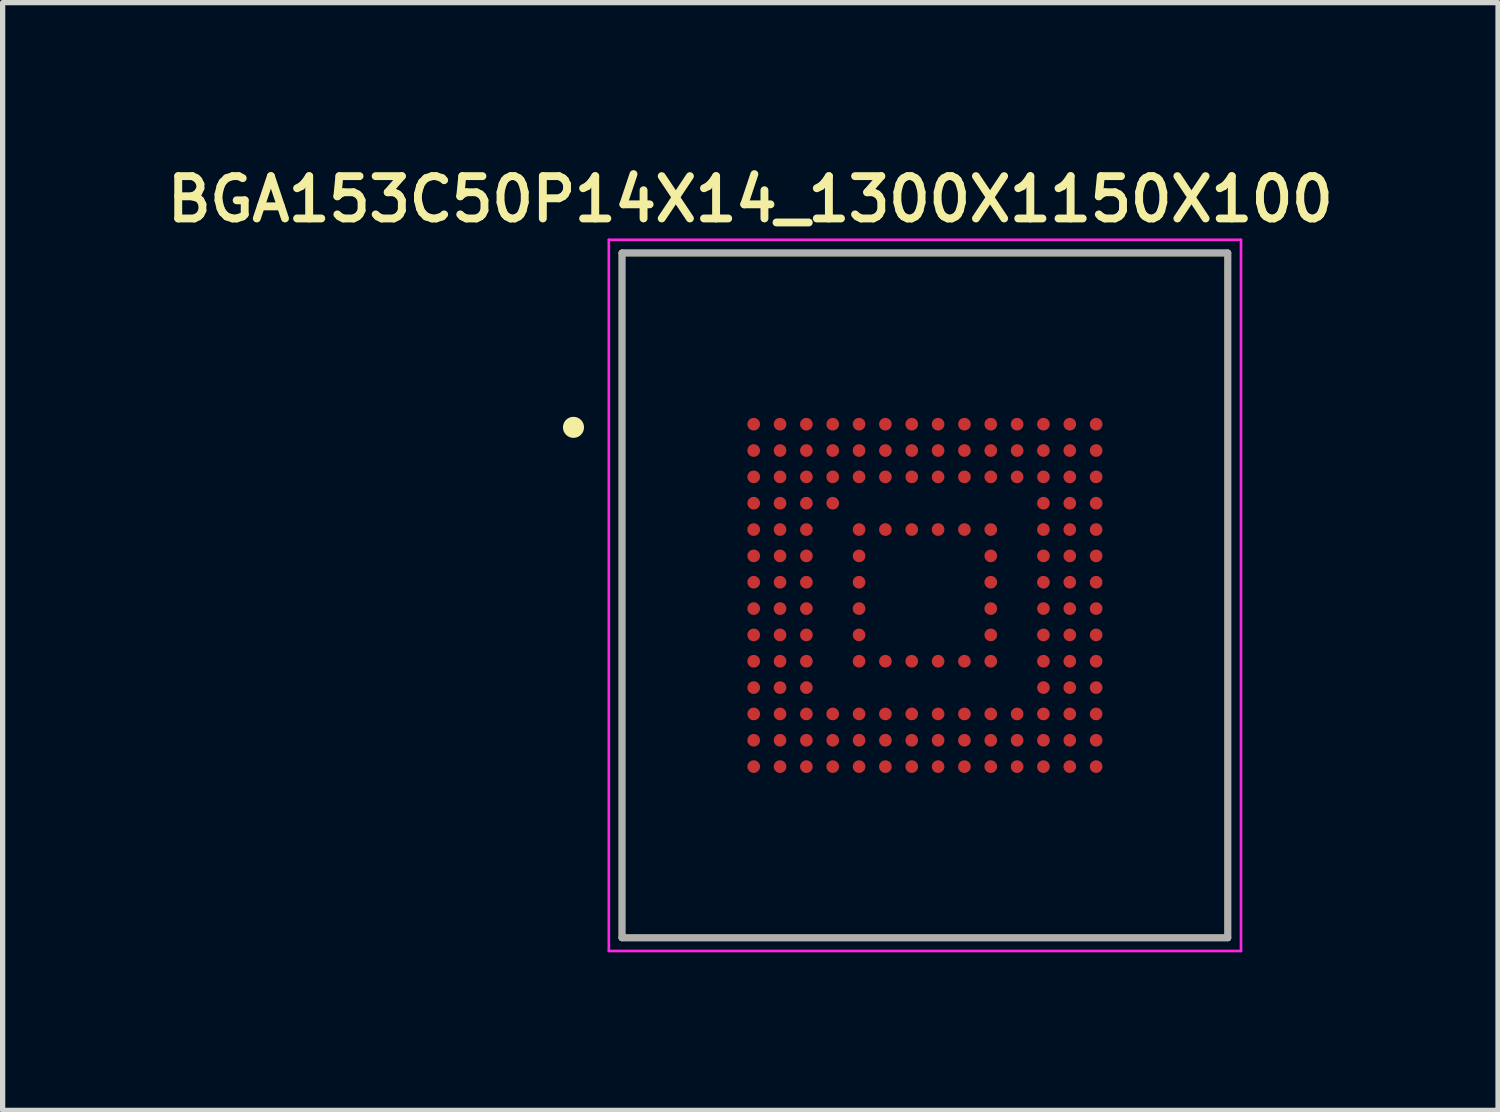
<source format=kicad_pcb>
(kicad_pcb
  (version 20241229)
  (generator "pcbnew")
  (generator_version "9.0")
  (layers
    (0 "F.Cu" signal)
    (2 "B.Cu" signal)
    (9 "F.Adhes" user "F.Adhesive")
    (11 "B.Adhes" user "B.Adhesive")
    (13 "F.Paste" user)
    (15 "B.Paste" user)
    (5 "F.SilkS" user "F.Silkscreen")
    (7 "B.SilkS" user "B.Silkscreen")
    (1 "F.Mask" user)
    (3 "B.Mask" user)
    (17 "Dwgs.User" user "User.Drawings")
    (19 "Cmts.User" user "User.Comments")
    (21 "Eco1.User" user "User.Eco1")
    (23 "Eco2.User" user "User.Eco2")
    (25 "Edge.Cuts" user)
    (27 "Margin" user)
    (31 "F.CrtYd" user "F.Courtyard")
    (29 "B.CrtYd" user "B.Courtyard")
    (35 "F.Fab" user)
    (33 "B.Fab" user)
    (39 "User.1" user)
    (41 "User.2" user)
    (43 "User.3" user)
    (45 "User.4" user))
  (footprint "BGA153C50P14X14_1300X1150X100"
    (layer "F.Cu")
    (at 14.507 8.252)
    (property "Reference" "BGA153C50P14X14_1300X1150X100" (at -3.314 -7.519 0) (layer "F.SilkS") (effects (font (size 0.803 0.803) (thickness 0.15))))
    (attr smd)
    (fp_line (start -5.75 -6.5) (end -5.75 6.5) (stroke (width 0.127) (type solid)) (layer "F.SilkS"))
    (fp_line (start -5.75 6.5) (end 5.75 6.5) (stroke (width 0.127) (type solid)) (layer "F.SilkS"))
    (fp_line (start 5.75 -6.5) (end -5.75 -6.5) (stroke (width 0.127) (type solid)) (layer "F.SilkS"))
    (fp_line (start 5.75 6.5) (end 5.75 -6.5) (stroke (width 0.127) (type solid)) (layer "F.SilkS"))
    (fp_circle (center -6.671 -3.19) (end -6.571 -3.19) (stroke (width 0.2) (type solid)) (fill no) (layer "F.SilkS"))
    (fp_line (start -6 -6.75) (end -6 6.75) (stroke (width 0.05) (type solid)) (layer "F.CrtYd"))
    (fp_line (start -6 6.75) (end 6 6.75) (stroke (width 0.05) (type solid)) (layer "F.CrtYd"))
    (fp_line (start 6 -6.75) (end -6 -6.75) (stroke (width 0.05) (type solid)) (layer "F.CrtYd"))
    (fp_line (start 6 6.75) (end 6 -6.75) (stroke (width 0.05) (type solid)) (layer "F.CrtYd"))
    (fp_line (start -5.75 -6.5) (end -5.75 6.5) (stroke (width 0.127) (type solid)) (layer "F.Fab"))
    (fp_line (start -5.75 6.5) (end 5.75 6.5) (stroke (width 0.127) (type solid)) (layer "F.Fab"))
    (fp_line (start 5.75 -6.5) (end -5.75 -6.5) (stroke (width 0.127) (type solid)) (layer "F.Fab"))
    (fp_line (start 5.75 6.5) (end 5.75 -6.5) (stroke (width 0.127) (type solid)) (layer "F.Fab"))
    (pad "A1" smd circle (at -3.25 -3.25) (size 0.24 0.24) (layers "F.Cu" "F.Mask" "F.Paste"))
    (pad "A2" smd circle (at -2.75 -3.25) (size 0.24 0.24) (layers "F.Cu" "F.Mask" "F.Paste"))
    (pad "A3" smd circle (at -2.25 -3.25) (size 0.24 0.24) (layers "F.Cu" "F.Mask" "F.Paste"))
    (pad "A4" smd circle (at -1.75 -3.25) (size 0.24 0.24) (layers "F.Cu" "F.Mask" "F.Paste"))
    (pad "A5" smd circle (at -1.25 -3.25) (size 0.24 0.24) (layers "F.Cu" "F.Mask" "F.Paste"))
    (pad "A6" smd circle (at -0.75 -3.25) (size 0.24 0.24) (layers "F.Cu" "F.Mask" "F.Paste"))
    (pad "A7" smd circle (at -0.25 -3.25) (size 0.24 0.24) (layers "F.Cu" "F.Mask" "F.Paste"))
    (pad "A8" smd circle (at 0.25 -3.25) (size 0.24 0.24) (layers "F.Cu" "F.Mask" "F.Paste"))
    (pad "A9" smd circle (at 0.75 -3.25) (size 0.24 0.24) (layers "F.Cu" "F.Mask" "F.Paste"))
    (pad "A10" smd circle (at 1.25 -3.25) (size 0.24 0.24) (layers "F.Cu" "F.Mask" "F.Paste"))
    (pad "A11" smd circle (at 1.75 -3.25) (size 0.24 0.24) (layers "F.Cu" "F.Mask" "F.Paste"))
    (pad "A12" smd circle (at 2.25 -3.25) (size 0.24 0.24) (layers "F.Cu" "F.Mask" "F.Paste"))
    (pad "A13" smd circle (at 2.75 -3.25) (size 0.24 0.24) (layers "F.Cu" "F.Mask" "F.Paste"))
    (pad "A14" smd circle (at 3.25 -3.25) (size 0.24 0.24) (layers "F.Cu" "F.Mask" "F.Paste"))
    (pad "B1" smd circle (at -3.25 -2.75) (size 0.24 0.24) (layers "F.Cu" "F.Mask" "F.Paste"))
    (pad "B2" smd circle (at -2.75 -2.75) (size 0.24 0.24) (layers "F.Cu" "F.Mask" "F.Paste"))
    (pad "B3" smd circle (at -2.25 -2.75) (size 0.24 0.24) (layers "F.Cu" "F.Mask" "F.Paste"))
    (pad "B4" smd circle (at -1.75 -2.75) (size 0.24 0.24) (layers "F.Cu" "F.Mask" "F.Paste"))
    (pad "B5" smd circle (at -1.25 -2.75) (size 0.24 0.24) (layers "F.Cu" "F.Mask" "F.Paste"))
    (pad "B6" smd circle (at -0.75 -2.75) (size 0.24 0.24) (layers "F.Cu" "F.Mask" "F.Paste"))
    (pad "B7" smd circle (at -0.25 -2.75) (size 0.24 0.24) (layers "F.Cu" "F.Mask" "F.Paste"))
    (pad "B8" smd circle (at 0.25 -2.75) (size 0.24 0.24) (layers "F.Cu" "F.Mask" "F.Paste"))
    (pad "B9" smd circle (at 0.75 -2.75) (size 0.24 0.24) (layers "F.Cu" "F.Mask" "F.Paste"))
    (pad "B10" smd circle (at 1.25 -2.75) (size 0.24 0.24) (layers "F.Cu" "F.Mask" "F.Paste"))
    (pad "B11" smd circle (at 1.75 -2.75) (size 0.24 0.24) (layers "F.Cu" "F.Mask" "F.Paste"))
    (pad "B12" smd circle (at 2.25 -2.75) (size 0.24 0.24) (layers "F.Cu" "F.Mask" "F.Paste"))
    (pad "B13" smd circle (at 2.75 -2.75) (size 0.24 0.24) (layers "F.Cu" "F.Mask" "F.Paste"))
    (pad "B14" smd circle (at 3.25 -2.75) (size 0.24 0.24) (layers "F.Cu" "F.Mask" "F.Paste"))
    (pad "C1" smd circle (at -3.25 -2.25) (size 0.24 0.24) (layers "F.Cu" "F.Mask" "F.Paste"))
    (pad "C2" smd circle (at -2.75 -2.25) (size 0.24 0.24) (layers "F.Cu" "F.Mask" "F.Paste"))
    (pad "C3" smd circle (at -2.25 -2.25) (size 0.24 0.24) (layers "F.Cu" "F.Mask" "F.Paste"))
    (pad "C4" smd circle (at -1.75 -2.25) (size 0.24 0.24) (layers "F.Cu" "F.Mask" "F.Paste"))
    (pad "C5" smd circle (at -1.25 -2.25) (size 0.24 0.24) (layers "F.Cu" "F.Mask" "F.Paste"))
    (pad "C6" smd circle (at -0.75 -2.25) (size 0.24 0.24) (layers "F.Cu" "F.Mask" "F.Paste"))
    (pad "C7" smd circle (at -0.25 -2.25) (size 0.24 0.24) (layers "F.Cu" "F.Mask" "F.Paste"))
    (pad "C8" smd circle (at 0.25 -2.25) (size 0.24 0.24) (layers "F.Cu" "F.Mask" "F.Paste"))
    (pad "C9" smd circle (at 0.75 -2.25) (size 0.24 0.24) (layers "F.Cu" "F.Mask" "F.Paste"))
    (pad "C10" smd circle (at 1.25 -2.25) (size 0.24 0.24) (layers "F.Cu" "F.Mask" "F.Paste"))
    (pad "C11" smd circle (at 1.75 -2.25) (size 0.24 0.24) (layers "F.Cu" "F.Mask" "F.Paste"))
    (pad "C12" smd circle (at 2.25 -2.25) (size 0.24 0.24) (layers "F.Cu" "F.Mask" "F.Paste"))
    (pad "C13" smd circle (at 2.75 -2.25) (size 0.24 0.24) (layers "F.Cu" "F.Mask" "F.Paste"))
    (pad "C14" smd circle (at 3.25 -2.25) (size 0.24 0.24) (layers "F.Cu" "F.Mask" "F.Paste"))
    (pad "D1" smd circle (at -3.25 -1.75) (size 0.24 0.24) (layers "F.Cu" "F.Mask" "F.Paste"))
    (pad "D2" smd circle (at -2.75 -1.75) (size 0.24 0.24) (layers "F.Cu" "F.Mask" "F.Paste"))
    (pad "D3" smd circle (at -2.25 -1.75) (size 0.24 0.24) (layers "F.Cu" "F.Mask" "F.Paste"))
    (pad "D4" smd circle (at -1.75 -1.75) (size 0.24 0.24) (layers "F.Cu" "F.Mask" "F.Paste"))
    (pad "D12" smd circle (at 2.25 -1.75) (size 0.24 0.24) (layers "F.Cu" "F.Mask" "F.Paste"))
    (pad "D13" smd circle (at 2.75 -1.75) (size 0.24 0.24) (layers "F.Cu" "F.Mask" "F.Paste"))
    (pad "D14" smd circle (at 3.25 -1.75) (size 0.24 0.24) (layers "F.Cu" "F.Mask" "F.Paste"))
    (pad "E1" smd circle (at -3.25 -1.25) (size 0.24 0.24) (layers "F.Cu" "F.Mask" "F.Paste"))
    (pad "E2" smd circle (at -2.75 -1.25) (size 0.24 0.24) (layers "F.Cu" "F.Mask" "F.Paste"))
    (pad "E3" smd circle (at -2.25 -1.25) (size 0.24 0.24) (layers "F.Cu" "F.Mask" "F.Paste"))
    (pad "E5" smd circle (at -1.25 -1.25) (size 0.24 0.24) (layers "F.Cu" "F.Mask" "F.Paste"))
    (pad "E6" smd circle (at -0.75 -1.25) (size 0.24 0.24) (layers "F.Cu" "F.Mask" "F.Paste"))
    (pad "E7" smd circle (at -0.25 -1.25) (size 0.24 0.24) (layers "F.Cu" "F.Mask" "F.Paste"))
    (pad "E8" smd circle (at 0.25 -1.25) (size 0.24 0.24) (layers "F.Cu" "F.Mask" "F.Paste"))
    (pad "E9" smd circle (at 0.75 -1.25) (size 0.24 0.24) (layers "F.Cu" "F.Mask" "F.Paste"))
    (pad "E10" smd circle (at 1.25 -1.25) (size 0.24 0.24) (layers "F.Cu" "F.Mask" "F.Paste"))
    (pad "E12" smd circle (at 2.25 -1.25) (size 0.24 0.24) (layers "F.Cu" "F.Mask" "F.Paste"))
    (pad "E13" smd circle (at 2.75 -1.25) (size 0.24 0.24) (layers "F.Cu" "F.Mask" "F.Paste"))
    (pad "E14" smd circle (at 3.25 -1.25) (size 0.24 0.24) (layers "F.Cu" "F.Mask" "F.Paste"))
    (pad "F1" smd circle (at -3.25 -0.75) (size 0.24 0.24) (layers "F.Cu" "F.Mask" "F.Paste"))
    (pad "F2" smd circle (at -2.75 -0.75) (size 0.24 0.24) (layers "F.Cu" "F.Mask" "F.Paste"))
    (pad "F3" smd circle (at -2.25 -0.75) (size 0.24 0.24) (layers "F.Cu" "F.Mask" "F.Paste"))
    (pad "F5" smd circle (at -1.25 -0.75) (size 0.24 0.24) (layers "F.Cu" "F.Mask" "F.Paste"))
    (pad "F10" smd circle (at 1.25 -0.75) (size 0.24 0.24) (layers "F.Cu" "F.Mask" "F.Paste"))
    (pad "F12" smd circle (at 2.25 -0.75) (size 0.24 0.24) (layers "F.Cu" "F.Mask" "F.Paste"))
    (pad "F13" smd circle (at 2.75 -0.75) (size 0.24 0.24) (layers "F.Cu" "F.Mask" "F.Paste"))
    (pad "F14" smd circle (at 3.25 -0.75) (size 0.24 0.24) (layers "F.Cu" "F.Mask" "F.Paste"))
    (pad "G1" smd circle (at -3.25 -0.25) (size 0.24 0.24) (layers "F.Cu" "F.Mask" "F.Paste"))
    (pad "G2" smd circle (at -2.75 -0.25) (size 0.24 0.24) (layers "F.Cu" "F.Mask" "F.Paste"))
    (pad "G3" smd circle (at -2.25 -0.25) (size 0.24 0.24) (layers "F.Cu" "F.Mask" "F.Paste"))
    (pad "G5" smd circle (at -1.25 -0.25) (size 0.24 0.24) (layers "F.Cu" "F.Mask" "F.Paste"))
    (pad "G10" smd circle (at 1.25 -0.25) (size 0.24 0.24) (layers "F.Cu" "F.Mask" "F.Paste"))
    (pad "G12" smd circle (at 2.25 -0.25) (size 0.24 0.24) (layers "F.Cu" "F.Mask" "F.Paste"))
    (pad "G13" smd circle (at 2.75 -0.25) (size 0.24 0.24) (layers "F.Cu" "F.Mask" "F.Paste"))
    (pad "G14" smd circle (at 3.25 -0.25) (size 0.24 0.24) (layers "F.Cu" "F.Mask" "F.Paste"))
    (pad "H1" smd circle (at -3.25 0.25) (size 0.24 0.24) (layers "F.Cu" "F.Mask" "F.Paste"))
    (pad "H2" smd circle (at -2.75 0.25) (size 0.24 0.24) (layers "F.Cu" "F.Mask" "F.Paste"))
    (pad "H3" smd circle (at -2.25 0.25) (size 0.24 0.24) (layers "F.Cu" "F.Mask" "F.Paste"))
    (pad "H5" smd circle (at -1.25 0.25) (size 0.24 0.24) (layers "F.Cu" "F.Mask" "F.Paste"))
    (pad "H10" smd circle (at 1.25 0.25) (size 0.24 0.24) (layers "F.Cu" "F.Mask" "F.Paste"))
    (pad "H12" smd circle (at 2.25 0.25) (size 0.24 0.24) (layers "F.Cu" "F.Mask" "F.Paste"))
    (pad "H13" smd circle (at 2.75 0.25) (size 0.24 0.24) (layers "F.Cu" "F.Mask" "F.Paste"))
    (pad "H14" smd circle (at 3.25 0.25) (size 0.24 0.24) (layers "F.Cu" "F.Mask" "F.Paste"))
    (pad "J1" smd circle (at -3.25 0.75) (size 0.24 0.24) (layers "F.Cu" "F.Mask" "F.Paste"))
    (pad "J2" smd circle (at -2.75 0.75) (size 0.24 0.24) (layers "F.Cu" "F.Mask" "F.Paste"))
    (pad "J3" smd circle (at -2.25 0.75) (size 0.24 0.24) (layers "F.Cu" "F.Mask" "F.Paste"))
    (pad "J5" smd circle (at -1.25 0.75) (size 0.24 0.24) (layers "F.Cu" "F.Mask" "F.Paste"))
    (pad "J10" smd circle (at 1.25 0.75) (size 0.24 0.24) (layers "F.Cu" "F.Mask" "F.Paste"))
    (pad "J12" smd circle (at 2.25 0.75) (size 0.24 0.24) (layers "F.Cu" "F.Mask" "F.Paste"))
    (pad "J13" smd circle (at 2.75 0.75) (size 0.24 0.24) (layers "F.Cu" "F.Mask" "F.Paste"))
    (pad "J14" smd circle (at 3.25 0.75) (size 0.24 0.24) (layers "F.Cu" "F.Mask" "F.Paste"))
    (pad "K1" smd circle (at -3.25 1.25) (size 0.24 0.24) (layers "F.Cu" "F.Mask" "F.Paste"))
    (pad "K2" smd circle (at -2.75 1.25) (size 0.24 0.24) (layers "F.Cu" "F.Mask" "F.Paste"))
    (pad "K3" smd circle (at -2.25 1.25) (size 0.24 0.24) (layers "F.Cu" "F.Mask" "F.Paste"))
    (pad "K5" smd circle (at -1.25 1.25) (size 0.24 0.24) (layers "F.Cu" "F.Mask" "F.Paste"))
    (pad "K6" smd circle (at -0.75 1.25) (size 0.24 0.24) (layers "F.Cu" "F.Mask" "F.Paste"))
    (pad "K7" smd circle (at -0.25 1.25) (size 0.24 0.24) (layers "F.Cu" "F.Mask" "F.Paste"))
    (pad "K8" smd circle (at 0.25 1.25) (size 0.24 0.24) (layers "F.Cu" "F.Mask" "F.Paste"))
    (pad "K9" smd circle (at 0.75 1.25) (size 0.24 0.24) (layers "F.Cu" "F.Mask" "F.Paste"))
    (pad "K10" smd circle (at 1.25 1.25) (size 0.24 0.24) (layers "F.Cu" "F.Mask" "F.Paste"))
    (pad "K12" smd circle (at 2.25 1.25) (size 0.24 0.24) (layers "F.Cu" "F.Mask" "F.Paste"))
    (pad "K13" smd circle (at 2.75 1.25) (size 0.24 0.24) (layers "F.Cu" "F.Mask" "F.Paste"))
    (pad "K14" smd circle (at 3.25 1.25) (size 0.24 0.24) (layers "F.Cu" "F.Mask" "F.Paste"))
    (pad "L1" smd circle (at -3.25 1.75) (size 0.24 0.24) (layers "F.Cu" "F.Mask" "F.Paste"))
    (pad "L2" smd circle (at -2.75 1.75) (size 0.24 0.24) (layers "F.Cu" "F.Mask" "F.Paste"))
    (pad "L3" smd circle (at -2.25 1.75) (size 0.24 0.24) (layers "F.Cu" "F.Mask" "F.Paste"))
    (pad "L12" smd circle (at 2.25 1.75) (size 0.24 0.24) (layers "F.Cu" "F.Mask" "F.Paste"))
    (pad "L13" smd circle (at 2.75 1.75) (size 0.24 0.24) (layers "F.Cu" "F.Mask" "F.Paste"))
    (pad "L14" smd circle (at 3.25 1.75) (size 0.24 0.24) (layers "F.Cu" "F.Mask" "F.Paste"))
    (pad "M1" smd circle (at -3.25 2.25) (size 0.24 0.24) (layers "F.Cu" "F.Mask" "F.Paste"))
    (pad "M2" smd circle (at -2.75 2.25) (size 0.24 0.24) (layers "F.Cu" "F.Mask" "F.Paste"))
    (pad "M3" smd circle (at -2.25 2.25) (size 0.24 0.24) (layers "F.Cu" "F.Mask" "F.Paste"))
    (pad "M4" smd circle (at -1.75 2.25) (size 0.24 0.24) (layers "F.Cu" "F.Mask" "F.Paste"))
    (pad "M5" smd circle (at -1.25 2.25) (size 0.24 0.24) (layers "F.Cu" "F.Mask" "F.Paste"))
    (pad "M6" smd circle (at -0.75 2.25) (size 0.24 0.24) (layers "F.Cu" "F.Mask" "F.Paste"))
    (pad "M7" smd circle (at -0.25 2.25) (size 0.24 0.24) (layers "F.Cu" "F.Mask" "F.Paste"))
    (pad "M8" smd circle (at 0.25 2.25) (size 0.24 0.24) (layers "F.Cu" "F.Mask" "F.Paste"))
    (pad "M9" smd circle (at 0.75 2.25) (size 0.24 0.24) (layers "F.Cu" "F.Mask" "F.Paste"))
    (pad "M10" smd circle (at 1.25 2.25) (size 0.24 0.24) (layers "F.Cu" "F.Mask" "F.Paste"))
    (pad "M11" smd circle (at 1.75 2.25) (size 0.24 0.24) (layers "F.Cu" "F.Mask" "F.Paste"))
    (pad "M12" smd circle (at 2.25 2.25) (size 0.24 0.24) (layers "F.Cu" "F.Mask" "F.Paste"))
    (pad "M13" smd circle (at 2.75 2.25) (size 0.24 0.24) (layers "F.Cu" "F.Mask" "F.Paste"))
    (pad "M14" smd circle (at 3.25 2.25) (size 0.24 0.24) (layers "F.Cu" "F.Mask" "F.Paste"))
    (pad "N1" smd circle (at -3.25 2.75) (size 0.24 0.24) (layers "F.Cu" "F.Mask" "F.Paste"))
    (pad "N2" smd circle (at -2.75 2.75) (size 0.24 0.24) (layers "F.Cu" "F.Mask" "F.Paste"))
    (pad "N3" smd circle (at -2.25 2.75) (size 0.24 0.24) (layers "F.Cu" "F.Mask" "F.Paste"))
    (pad "N4" smd circle (at -1.75 2.75) (size 0.24 0.24) (layers "F.Cu" "F.Mask" "F.Paste"))
    (pad "N5" smd circle (at -1.25 2.75) (size 0.24 0.24) (layers "F.Cu" "F.Mask" "F.Paste"))
    (pad "N6" smd circle (at -0.75 2.75) (size 0.24 0.24) (layers "F.Cu" "F.Mask" "F.Paste"))
    (pad "N7" smd circle (at -0.25 2.75) (size 0.24 0.24) (layers "F.Cu" "F.Mask" "F.Paste"))
    (pad "N8" smd circle (at 0.25 2.75) (size 0.24 0.24) (layers "F.Cu" "F.Mask" "F.Paste"))
    (pad "N9" smd circle (at 0.75 2.75) (size 0.24 0.24) (layers "F.Cu" "F.Mask" "F.Paste"))
    (pad "N10" smd circle (at 1.25 2.75) (size 0.24 0.24) (layers "F.Cu" "F.Mask" "F.Paste"))
    (pad "N11" smd circle (at 1.75 2.75) (size 0.24 0.24) (layers "F.Cu" "F.Mask" "F.Paste"))
    (pad "N12" smd circle (at 2.25 2.75) (size 0.24 0.24) (layers "F.Cu" "F.Mask" "F.Paste"))
    (pad "N13" smd circle (at 2.75 2.75) (size 0.24 0.24) (layers "F.Cu" "F.Mask" "F.Paste"))
    (pad "N14" smd circle (at 3.25 2.75) (size 0.24 0.24) (layers "F.Cu" "F.Mask" "F.Paste"))
    (pad "P1" smd circle (at -3.25 3.25) (size 0.24 0.24) (layers "F.Cu" "F.Mask" "F.Paste"))
    (pad "P2" smd circle (at -2.75 3.25) (size 0.24 0.24) (layers "F.Cu" "F.Mask" "F.Paste"))
    (pad "P3" smd circle (at -2.25 3.25) (size 0.24 0.24) (layers "F.Cu" "F.Mask" "F.Paste"))
    (pad "P4" smd circle (at -1.75 3.25) (size 0.24 0.24) (layers "F.Cu" "F.Mask" "F.Paste"))
    (pad "P5" smd circle (at -1.25 3.25) (size 0.24 0.24) (layers "F.Cu" "F.Mask" "F.Paste"))
    (pad "P6" smd circle (at -0.75 3.25) (size 0.24 0.24) (layers "F.Cu" "F.Mask" "F.Paste"))
    (pad "P7" smd circle (at -0.25 3.25) (size 0.24 0.24) (layers "F.Cu" "F.Mask" "F.Paste"))
    (pad "P8" smd circle (at 0.25 3.25) (size 0.24 0.24) (layers "F.Cu" "F.Mask" "F.Paste"))
    (pad "P9" smd circle (at 0.75 3.25) (size 0.24 0.24) (layers "F.Cu" "F.Mask" "F.Paste"))
    (pad "P10" smd circle (at 1.25 3.25) (size 0.24 0.24) (layers "F.Cu" "F.Mask" "F.Paste"))
    (pad "P11" smd circle (at 1.75 3.25) (size 0.24 0.24) (layers "F.Cu" "F.Mask" "F.Paste"))
    (pad "P12" smd circle (at 2.25 3.25) (size 0.24 0.24) (layers "F.Cu" "F.Mask" "F.Paste"))
    (pad "P13" smd circle (at 2.75 3.25) (size 0.24 0.24) (layers "F.Cu" "F.Mask" "F.Paste"))
    (pad "P14" smd circle (at 3.25 3.25) (size 0.24 0.24) (layers "F.Cu" "F.Mask" "F.Paste")))
  (gr_rect
    (start -3 -3)
    (end 25.386 18.027)
    (stroke (width 0.1) (type default))
    (fill no)
    (layer "Edge.Cuts")))
</source>
